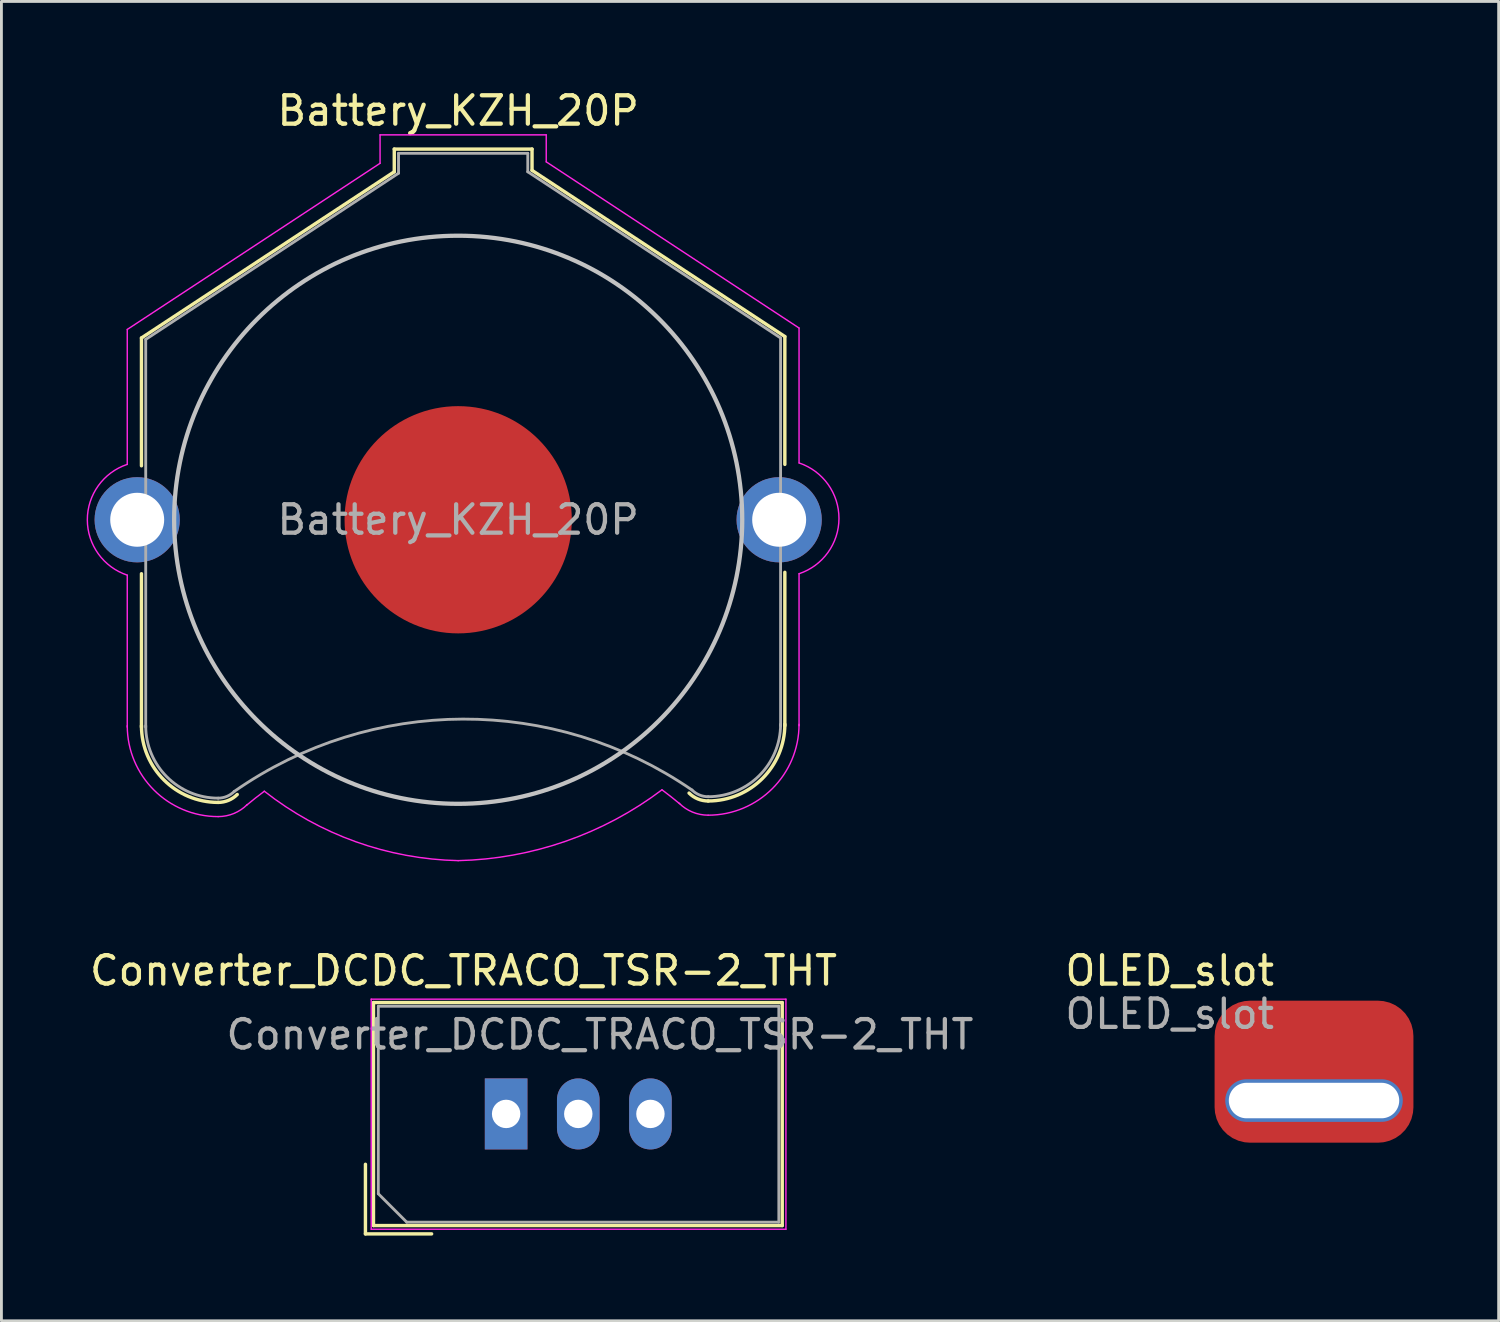
<source format=kicad_pcb>
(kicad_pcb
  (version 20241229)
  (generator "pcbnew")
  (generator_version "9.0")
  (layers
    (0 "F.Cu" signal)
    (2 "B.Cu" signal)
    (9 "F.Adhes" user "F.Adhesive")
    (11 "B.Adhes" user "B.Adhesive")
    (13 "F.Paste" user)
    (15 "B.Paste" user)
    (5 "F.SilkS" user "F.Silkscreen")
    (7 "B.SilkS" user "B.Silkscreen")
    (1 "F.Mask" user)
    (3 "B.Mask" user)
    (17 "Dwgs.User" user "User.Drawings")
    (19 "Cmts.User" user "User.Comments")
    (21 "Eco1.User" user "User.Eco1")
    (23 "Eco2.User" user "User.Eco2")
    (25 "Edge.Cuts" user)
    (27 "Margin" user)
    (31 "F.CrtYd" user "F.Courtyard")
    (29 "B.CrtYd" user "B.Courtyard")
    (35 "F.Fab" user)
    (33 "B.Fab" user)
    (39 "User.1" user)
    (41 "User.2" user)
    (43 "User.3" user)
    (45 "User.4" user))
  (footprint "Battery_KZH_20P"
    (layer "F.Cu")
    (at 13.08 15.248)
    (property "Reference" "Battery_KZH_20P" (at 0 -14.4 0) (layer "F.SilkS") (effects (font (size 1 1) (thickness 0.15))))
    (attr through_hole)
    (fp_line (start -11.15 -6.4) (end -11.15 -1.9) (stroke (width 0.12) (type solid)) (layer "F.SilkS"))
    (fp_line (start -11.15 1.9) (end -11.15 7.3) (stroke (width 0.12) (type solid)) (layer "F.SilkS"))
    (fp_line (start -2.25 -13.05) (end -2.25 -12.25) (stroke (width 0.12) (type solid)) (layer "F.SilkS"))
    (fp_line (start -2.25 -13.05) (end 2.6 -13.05) (stroke (width 0.12) (type solid)) (layer "F.SilkS"))
    (fp_line (start -2.25 -12.25) (end -11.15 -6.4) (stroke (width 0.12) (type solid)) (layer "F.SilkS"))
    (fp_line (start 2.6 -13.05) (end 2.6 -12.3) (stroke (width 0.12) (type solid)) (layer "F.SilkS"))
    (fp_line (start 2.6 -12.3) (end 11.5 -6.45) (stroke (width 0.12) (type solid)) (layer "F.SilkS"))
    (fp_line (start 11.5 -6.45) (end 11.5 -1.95) (stroke (width 0.12) (type solid)) (layer "F.SilkS"))
    (fp_line (start 11.5 1.85) (end 11.5 7.25) (stroke (width 0.12) (type solid)) (layer "F.SilkS"))
    (fp_arc (start -8.45 9.95) (mid -10.359188 9.159188) (end -11.15 7.25) (stroke (width 0.12) (type solid)) (layer "F.SilkS"))
    (fp_arc (start -7.778249 9.671751) (mid -8.086451 9.877685) (end -8.45 9.95) (stroke (width 0.12) (type solid)) (layer "F.SilkS"))
    (fp_arc (start 8.8 9.9) (mid 8.436451 9.827686) (end 8.128249 9.621751) (stroke (width 0.12) (type solid)) (layer "F.SilkS"))
    (fp_arc (start 11.5 7.2) (mid 10.709188 9.109188) (end 8.8 9.9) (stroke (width 0.12) (type solid)) (layer "F.SilkS"))
    (fp_circle (center 0 0) (end 10 0) (stroke (width 0.15) (type solid)) (fill no) (layer "Dwgs.User"))
    (fp_line (start -11.65 -6.7) (end -11.65 -1.95) (stroke (width 0.05) (type solid)) (layer "F.CrtYd"))
    (fp_line (start -11.65 1.95) (end -11.65 7.3) (stroke (width 0.05) (type solid)) (layer "F.CrtYd"))
    (fp_line (start -2.75 -13.55) (end -2.75 -12.55) (stroke (width 0.05) (type solid)) (layer "F.CrtYd"))
    (fp_line (start -2.75 -13.55) (end 3.1 -13.55) (stroke (width 0.05) (type solid)) (layer "F.CrtYd"))
    (fp_line (start -2.75 -12.55) (end -11.65 -6.7) (stroke (width 0.05) (type solid)) (layer "F.CrtYd"))
    (fp_line (start 3.1 -13.55) (end 3.1 -12.6) (stroke (width 0.05) (type solid)) (layer "F.CrtYd"))
    (fp_line (start 3.1 -12.6) (end 12 -6.75) (stroke (width 0.05) (type solid)) (layer "F.CrtYd"))
    (fp_line (start 12 -6.75) (end 12 -2) (stroke (width 0.05) (type solid)) (layer "F.CrtYd"))
    (fp_line (start 12 1.9) (end 12 7.25) (stroke (width 0.05) (type solid)) (layer "F.CrtYd"))
    (fp_arc (start -11.65 1.95) (mid -13.055479 0.002334) (end -11.654426 -1.948519) (stroke (width 0.05) (type solid)) (layer "F.CrtYd"))
    (fp_arc (start -8.45 10.45) (mid -10.712742 9.512742) (end -11.65 7.25) (stroke (width 0.05) (type solid)) (layer "F.CrtYd"))
    (fp_arc (start -7.45 10.05) (mid -7.140691 9.798786) (end -6.824488 9.556307) (stroke (width 0.05) (type solid)) (layer "F.CrtYd"))
    (fp_arc (start -7.424695 10.025305) (mid -7.895109 10.339626) (end -8.45 10.45) (stroke (width 0.05) (type solid)) (layer "F.CrtYd"))
    (fp_arc (start 0 12) (mid -3.611061 11.33339) (end -6.824488 9.556307) (stroke (width 0.05) (type solid)) (layer "F.CrtYd"))
    (fp_arc (start 7.174488 9.506307) (mid 3.783535 11.317892) (end 0 12) (stroke (width 0.05) (type solid)) (layer "F.CrtYd"))
    (fp_arc (start 7.174488 9.506307) (mid 7.49069 9.748787) (end 7.8 10) (stroke (width 0.05) (type solid)) (layer "F.CrtYd"))
    (fp_arc (start 8.8 10.4) (mid 8.245109 10.289625) (end 7.774695 9.975305) (stroke (width 0.05) (type solid)) (layer "F.CrtYd"))
    (fp_arc (start 12 7.2) (mid 11.062742 9.462742) (end 8.8 10.4) (stroke (width 0.05) (type solid)) (layer "F.CrtYd"))
    (fp_arc (start 12.004426 -1.998519) (mid 13.405479 -0.047666) (end 12 1.9) (stroke (width 0.05) (type solid)) (layer "F.CrtYd"))
    (fp_line (start -11 -6.35) (end -11 7.3) (stroke (width 0.1) (type solid)) (layer "F.Fab"))
    (fp_line (start -2.1 -12.9) (end -2.1 -12.2) (stroke (width 0.1) (type solid)) (layer "F.Fab"))
    (fp_line (start -2.1 -12.9) (end 2.45 -12.9) (stroke (width 0.1) (type solid)) (layer "F.Fab"))
    (fp_line (start -2.1 -12.2) (end -11 -6.35) (stroke (width 0.1) (type solid)) (layer "F.Fab"))
    (fp_line (start 2.45 -12.9) (end 2.45 -12.25) (stroke (width 0.1) (type solid)) (layer "F.Fab"))
    (fp_line (start 2.45 -12.25) (end 11.35 -6.4) (stroke (width 0.1) (type solid)) (layer "F.Fab"))
    (fp_line (start 11.35 -6.4) (end 11.35 7.25) (stroke (width 0.1) (type solid)) (layer "F.Fab"))
    (fp_arc (start -8.45 9.8) (mid -10.253122 9.053122) (end -11 7.25) (stroke (width 0.1) (type solid)) (layer "F.Fab"))
    (fp_arc (start -7.884315 9.565685) (mid -8.143853 9.739103) (end -8.45 9.8) (stroke (width 0.1) (type solid)) (layer "F.Fab"))
    (fp_arc (start -7.884315 9.565685) (mid 0.164303 7.01718) (end 8.229482 9.512783) (stroke (width 0.1) (type solid)) (layer "F.Fab"))
    (fp_arc (start 8.8 9.75) (mid 8.493853 9.689104) (end 8.234315 9.515685) (stroke (width 0.1) (type solid)) (layer "F.Fab"))
    (fp_arc (start 11.35 7.2) (mid 10.603122 9.003122) (end 8.8 9.75) (stroke (width 0.1) (type solid)) (layer "F.Fab"))
    (fp_text user "${REFERENCE}" (at 0 0 0) (layer "F.Fab") (effects (font (size 1 1) (thickness 0.15))))
    (pad "1" thru_hole circle (at -11.3 0) (size 3 3) (drill 1.9) (layers "*.Cu" "*.Mask"))
    (pad "1" thru_hole circle (at 11.3 0) (size 3 3) (drill 1.9) (layers "*.Cu" "*.Mask"))
    (pad "2" smd circle (at 0 0) (size 8 8) (layers "F.Cu" "F.Mask")))
  (footprint "OLED_slot"
    (layer "F.Cu")
    (at 43.209 35.694)
    (property "Reference" "OLED_slot" (at -5.08 -4.572 0) (unlocked yes) (layer "F.SilkS") (effects (font (size 1 1) (thickness 0.15))))
    (attr smd)
    (fp_text user "${REFERENCE}" (at -5.08 -3.048 0) (unlocked yes) (layer "F.Fab") (effects (font (size 1 1) (thickness 0.15))))
    (pad "" np_thru_hole oval (at 0 0) (size 6.25 1.5) (drill oval 6 1.25) (layers "*.Cu" "*.Mask"))
    (pad "1" smd roundrect (at 0 -1.016) (size 7 5) (layers "F.Cu" "F.Mask" "F.Paste") (roundrect_rratio 0.25)))
  (footprint "Converter_DCDC_TRACO_TSR-2_THT"
    (layer "F.Cu")
    (at 14.768 36.185)
    (property "Reference" "Converter_DCDC_TRACO_TSR-2_THT" (at -1.5 -5.064 0) (layer "F.SilkS") (effects (font (size 1 1) (thickness 0.15))))
    (attr through_hole)
    (fp_line (start -4.953 1.753) (end -4.953 4.203) (stroke (width 0.12) (type solid)) (layer "F.SilkS"))
    (fp_line (start -4.953 4.203) (end -2.623 4.203) (stroke (width 0.12) (type solid)) (layer "F.SilkS"))
    (fp_line (start -4.67 -3.94) (end 9.72 -3.94) (stroke (width 0.12) (type solid)) (layer "F.SilkS"))
    (fp_line (start -4.67 3.91) (end -4.67 -3.94) (stroke (width 0.12) (type solid)) (layer "F.SilkS"))
    (fp_line (start 9.72 -3.94) (end 9.72 3.91) (stroke (width 0.12) (type solid)) (layer "F.SilkS"))
    (fp_line (start 9.72 3.91) (end -4.67 3.91) (stroke (width 0.12) (type solid)) (layer "F.SilkS"))
    (fp_line (start -4.75 -4.06) (end 9.85 -4.06) (stroke (width 0.05) (type solid)) (layer "F.CrtYd"))
    (fp_line (start -4.75 4.04) (end -4.75 -4.06) (stroke (width 0.05) (type solid)) (layer "F.CrtYd"))
    (fp_line (start 9.85 -4.06) (end 9.85 4.04) (stroke (width 0.05) (type solid)) (layer "F.CrtYd"))
    (fp_line (start 9.85 4.04) (end -4.75 4.04) (stroke (width 0.05) (type solid)) (layer "F.CrtYd"))
    (fp_line (start -4.5 -3.81) (end 9.6 -3.81) (stroke (width 0.1) (type solid)) (layer "F.Fab"))
    (fp_line (start -4.5 2.79) (end -4.5 -3.81) (stroke (width 0.1) (type solid)) (layer "F.Fab"))
    (fp_line (start -4.5 2.79) (end -3.5 3.79) (stroke (width 0.1) (type solid)) (layer "F.Fab"))
    (fp_line (start -3.5 3.79) (end 9.6 3.79) (stroke (width 0.1) (type solid)) (layer "F.Fab"))
    (fp_line (start 9.6 3.79) (end 9.6 -3.81) (stroke (width 0.1) (type solid)) (layer "F.Fab"))
    (fp_text user "${REFERENCE}" (at 3.302 -2.814 0) (layer "F.Fab") (effects (font (size 1 1) (thickness 0.15))))
    (pad "1" thru_hole rect (at 0 -0.02) (size 1.5 2.5) (drill 1) (layers "*.Cu" "*.Mask"))
    (pad "2" thru_hole oval (at 2.54 -0.02) (size 1.5 2.5) (drill 1) (layers "*.Cu" "*.Mask"))
    (pad "3" thru_hole oval (at 5.08 -0.02) (size 1.5 2.5) (drill 1) (layers "*.Cu" "*.Mask")))
  (gr_rect
    (start -3 -3)
    (end 49.709 43.449)
    (stroke (width 0.1) (type default))
    (fill no)
    (layer "Edge.Cuts")))
</source>
